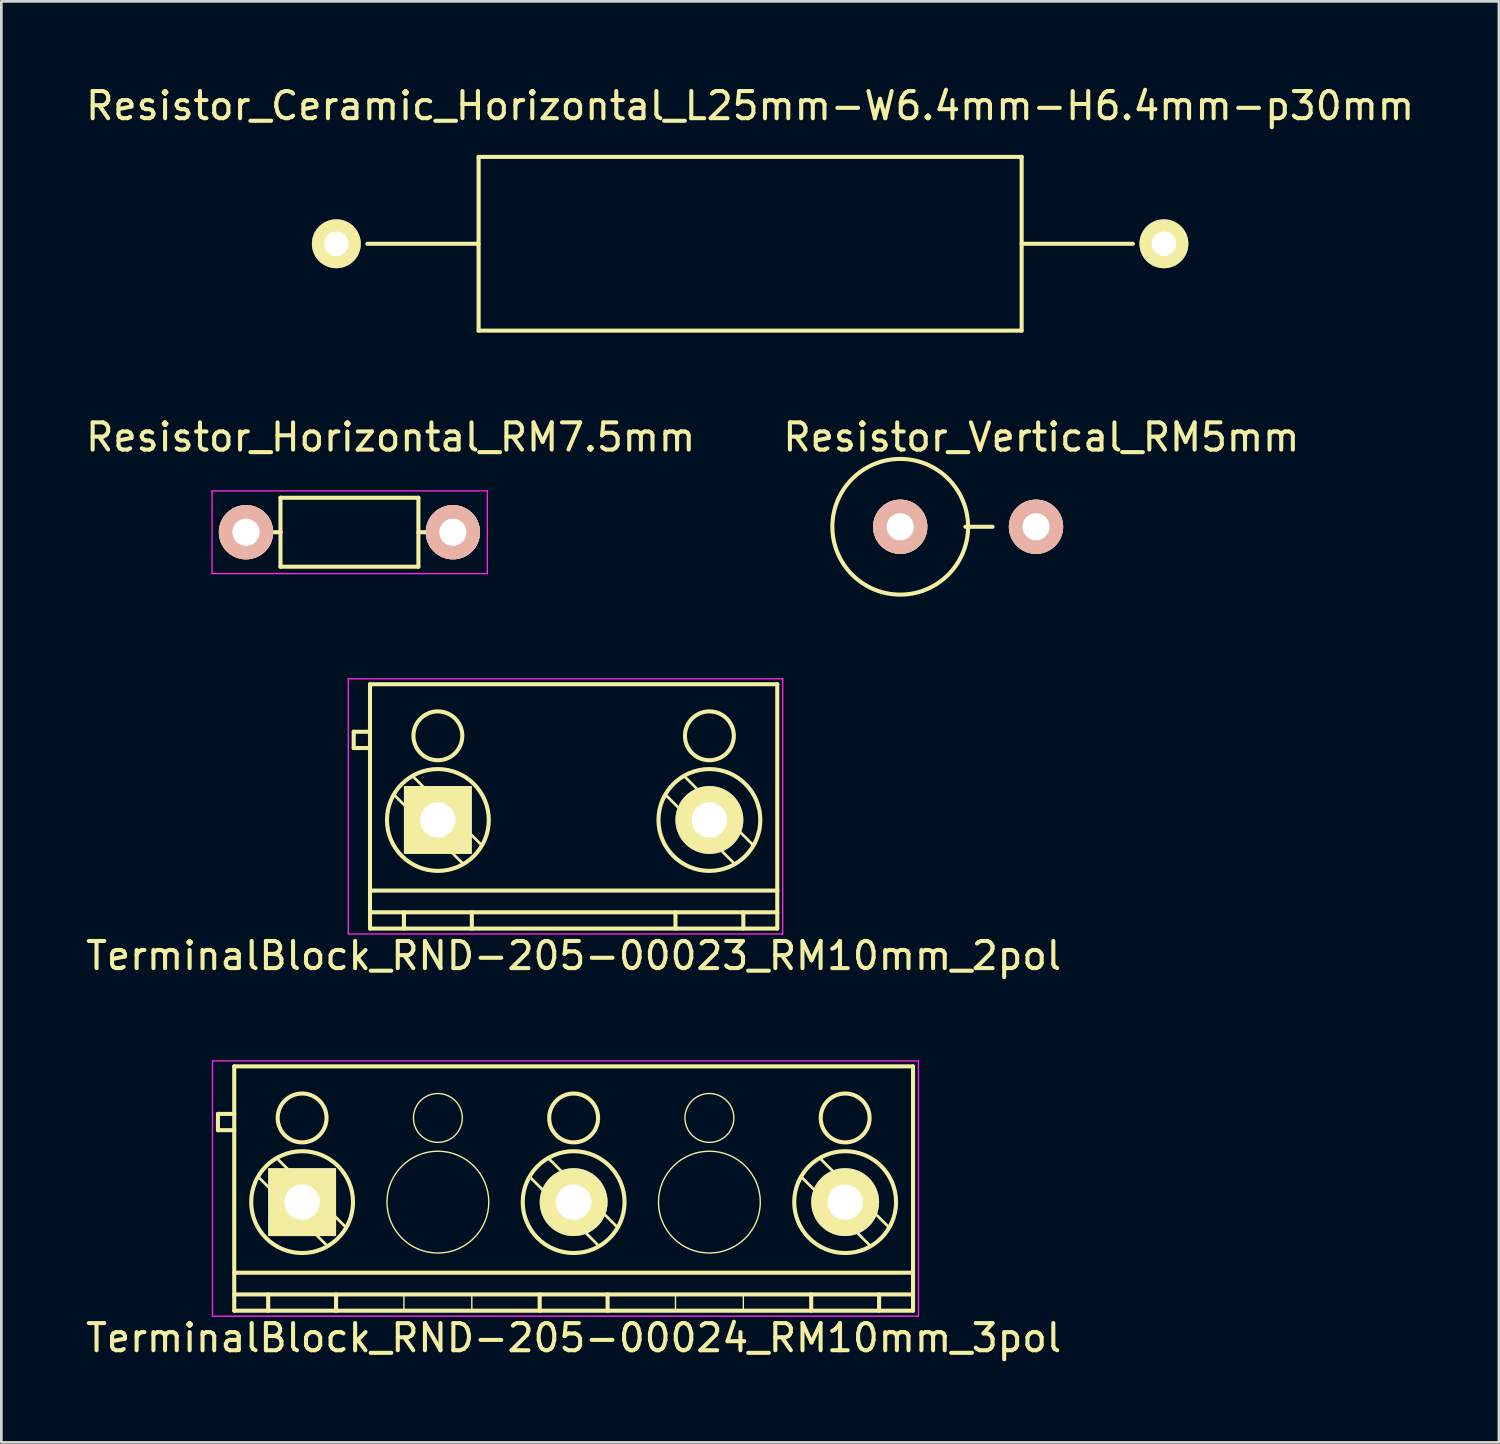
<source format=kicad_pcb>
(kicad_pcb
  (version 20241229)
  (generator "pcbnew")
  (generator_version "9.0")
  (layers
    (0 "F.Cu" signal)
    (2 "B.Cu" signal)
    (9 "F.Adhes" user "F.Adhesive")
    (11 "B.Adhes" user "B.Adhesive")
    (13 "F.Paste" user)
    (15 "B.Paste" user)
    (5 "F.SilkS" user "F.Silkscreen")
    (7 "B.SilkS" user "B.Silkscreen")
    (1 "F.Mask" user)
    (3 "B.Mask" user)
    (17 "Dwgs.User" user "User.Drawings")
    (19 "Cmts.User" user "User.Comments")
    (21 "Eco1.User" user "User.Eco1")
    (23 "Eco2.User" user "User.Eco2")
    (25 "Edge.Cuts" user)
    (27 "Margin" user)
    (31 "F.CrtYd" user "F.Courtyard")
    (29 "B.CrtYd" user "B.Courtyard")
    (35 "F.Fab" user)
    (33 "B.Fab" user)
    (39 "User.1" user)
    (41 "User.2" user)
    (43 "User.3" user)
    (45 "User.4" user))
  (footprint "Resistor_Vertical_RM5mm"
    (layer "F.Cu")
    (at 32.604 16.351)
    (property "Reference" "Resistor_Vertical_RM5mm" (at 2.7 -3.299 0) (layer "F.SilkS") (effects (font (size 1 1) (thickness 0.15))))
    (attr through_hole)
    (fp_line (start -0.099 0) (end 0.902 0) (stroke (width 0.15) (type solid)) (layer "F.SilkS"))
    (fp_circle (center -2.499 0) (end 0 0) (stroke (width 0.15) (type solid)) (fill no) (layer "F.SilkS"))
    (pad "1" thru_hole circle (at -2.499 0) (size 1.999 1.999) (drill 1.001) (layers "*.Cu" "*.SilkS" "*.Mask"))
    (pad "2" thru_hole circle (at 2.502 0) (size 1.999 1.999) (drill 1.001) (layers "*.Cu" "*.SilkS" "*.Mask")))
  (footprint "Resistor_Ceramic_Horizontal_L25mm-W6.4mm-H6.4mm-p30mm"
    (layer "F.Cu")
    (at 24.577 5.928)
    (property "Reference" "Resistor_Ceramic_Horizontal_L25mm-W6.4mm-H6.4mm-p30mm" (at 0 -5.08 0) (layer "F.SilkS") (effects (font (size 1 1) (thickness 0.15))))
    (attr through_hole)
    (fp_line (start -10 -3.2) (end -10 3.2) (stroke (width 0.15) (type solid)) (layer "F.SilkS"))
    (fp_line (start -10 0) (end -14.097 0) (stroke (width 0.15) (type solid)) (layer "F.SilkS"))
    (fp_line (start -10 3.2) (end 10 3.2) (stroke (width 0.15) (type solid)) (layer "F.SilkS"))
    (fp_line (start 10 -3.2) (end -10 -3.2) (stroke (width 0.15) (type solid)) (layer "F.SilkS"))
    (fp_line (start 10 0) (end 14.097 0) (stroke (width 0.15) (type solid)) (layer "F.SilkS"))
    (fp_line (start 10 3.2) (end 10 -3.2) (stroke (width 0.15) (type solid)) (layer "F.SilkS"))
    (pad "1" thru_hole circle (at -15.24 0 180) (size 1.8 1.8) (drill 0.9) (layers "*.Cu" "*.Mask" "F.SilkS"))
    (pad "2" thru_hole circle (at 15.24 0 180) (size 1.8 1.8) (drill 0.9) (layers "*.Cu" "*.Mask" "F.SilkS")))
  (footprint "Resistor_Horizontal_RM7.5mm"
    (layer "F.Cu")
    (at 6.01 16.552)
    (property "Reference" "Resistor_Horizontal_RM7.5mm" (at 5.329 -3.5 0) (layer "F.SilkS") (effects (font (size 1 1) (thickness 0.15))))
    (attr through_hole)
    (fp_line (start 1.27 -1.27) (end 6.35 -1.27) (stroke (width 0.15) (type solid)) (layer "F.SilkS"))
    (fp_line (start 1.27 0) (end 0 0) (stroke (width 0.15) (type solid)) (layer "F.SilkS"))
    (fp_line (start 1.27 0) (end 1.27 -1.27) (stroke (width 0.15) (type solid)) (layer "F.SilkS"))
    (fp_line (start 1.27 1.27) (end 1.27 0) (stroke (width 0.15) (type solid)) (layer "F.SilkS"))
    (fp_line (start 6.35 -1.27) (end 6.35 1.27) (stroke (width 0.15) (type solid)) (layer "F.SilkS"))
    (fp_line (start 6.35 0) (end 7.62 0) (stroke (width 0.15) (type solid)) (layer "F.SilkS"))
    (fp_line (start 6.35 1.27) (end 1.27 1.27) (stroke (width 0.15) (type solid)) (layer "F.SilkS"))
    (fp_line (start -1.27 -1.524) (end 8.89 -1.524) (stroke (width 0.05) (type solid)) (layer "F.CrtYd"))
    (fp_line (start -1.25 1.5) (end -1.25 -1.5) (stroke (width 0.05) (type solid)) (layer "F.CrtYd"))
    (fp_line (start 8.89 -1.524) (end 8.89 1.524) (stroke (width 0.05) (type solid)) (layer "F.CrtYd"))
    (fp_line (start 8.89 1.524) (end -1.27 1.524) (stroke (width 0.05) (type solid)) (layer "F.CrtYd"))
    (pad "1" thru_hole circle (at 0 0) (size 1.999 1.999) (drill 1.001) (layers "*.Cu" "*.SilkS" "*.Mask"))
    (pad "2" thru_hole circle (at 7.62 0) (size 1.999 1.999) (drill 1.001) (layers "*.Cu" "*.SilkS" "*.Mask")))
  (footprint "TerminalBlock_RND-205-00024_RM10mm_3pol"
    (layer "F.Cu")
    (at 8.077 41.224)
    (property "Reference" "TerminalBlock_RND-205-00024_RM10mm_3pol" (at 10 5 0) (layer "F.SilkS") (effects (font (size 1 1) (thickness 0.15))))
    (attr through_hole)
    (fp_line (start -3.1 -3.25) (end -3.1 -2.65) (stroke (width 0.15) (type solid)) (layer "F.SilkS"))
    (fp_line (start -3.1 -2.65) (end -2.5 -2.65) (stroke (width 0.15) (type solid)) (layer "F.SilkS"))
    (fp_line (start -2.5 -5) (end 22.5 -5) (stroke (width 0.15) (type solid)) (layer "F.SilkS"))
    (fp_line (start -2.5 -3.25) (end -3.1 -3.25) (stroke (width 0.15) (type solid)) (layer "F.SilkS"))
    (fp_line (start -2.5 2.6) (end 22.5 2.6) (stroke (width 0.15) (type solid)) (layer "F.SilkS"))
    (fp_line (start -2.5 3.4) (end 22.5 3.4) (stroke (width 0.15) (type solid)) (layer "F.SilkS"))
    (fp_line (start -2.5 4) (end -2.5 -5) (stroke (width 0.15) (type solid)) (layer "F.SilkS"))
    (fp_line (start -1.25 3.4) (end -1.25 4) (stroke (width 0.15) (type solid)) (layer "F.SilkS"))
    (fp_line (start 0.937 1.624) (end -1.624 -0.938) (stroke (width 0.1) (type solid)) (layer "F.SilkS"))
    (fp_line (start 1.25 3.4) (end 1.25 4) (stroke (width 0.15) (type solid)) (layer "F.SilkS"))
    (fp_line (start 1.624 0.938) (end -0.937 -1.624) (stroke (width 0.1) (type solid)) (layer "F.SilkS"))
    (fp_line (start 3.75 3.4) (end 3.75 4) (stroke (width 0.05) (type solid)) (layer "F.SilkS"))
    (fp_line (start 6.25 3.4) (end 6.25 4) (stroke (width 0.05) (type solid)) (layer "F.SilkS"))
    (fp_line (start 8.75 3.4) (end 8.75 4) (stroke (width 0.15) (type solid)) (layer "F.SilkS"))
    (fp_line (start 10.938 1.624) (end 8.376 -0.938) (stroke (width 0.1) (type solid)) (layer "F.SilkS"))
    (fp_line (start 11.25 3.4) (end 11.25 4) (stroke (width 0.15) (type solid)) (layer "F.SilkS"))
    (fp_line (start 11.624 0.938) (end 9.063 -1.624) (stroke (width 0.1) (type solid)) (layer "F.SilkS"))
    (fp_line (start 13.75 3.4) (end 13.75 4) (stroke (width 0.05) (type solid)) (layer "F.SilkS"))
    (fp_line (start 16.25 3.4) (end 16.25 4) (stroke (width 0.05) (type solid)) (layer "F.SilkS"))
    (fp_line (start 18.75 3.4) (end 18.75 4) (stroke (width 0.15) (type solid)) (layer "F.SilkS"))
    (fp_line (start 20.938 1.624) (end 18.376 -0.938) (stroke (width 0.1) (type solid)) (layer "F.SilkS"))
    (fp_line (start 21.25 3.4) (end 21.25 4) (stroke (width 0.15) (type solid)) (layer "F.SilkS"))
    (fp_line (start 21.624 0.938) (end 19.063 -1.624) (stroke (width 0.1) (type solid)) (layer "F.SilkS"))
    (fp_line (start 22.5 -5) (end 22.5 4) (stroke (width 0.15) (type solid)) (layer "F.SilkS"))
    (fp_line (start 22.5 4) (end -2.5 4) (stroke (width 0.15) (type solid)) (layer "F.SilkS"))
    (fp_circle (center 0 -3.1) (end -0.9 -3.1) (stroke (width 0.15) (type solid)) (fill no) (layer "F.SilkS"))
    (fp_circle (center 0 0) (end -1.875 0) (stroke (width 0.15) (type solid)) (fill no) (layer "F.SilkS"))
    (fp_circle (center 5 -3.1) (end 4.1 -3.1) (stroke (width 0.05) (type solid)) (fill no) (layer "F.SilkS"))
    (fp_circle (center 5 0) (end 3.125 0) (stroke (width 0.05) (type solid)) (fill no) (layer "F.SilkS"))
    (fp_circle (center 10 -3.1) (end 9.1 -3.1) (stroke (width 0.15) (type solid)) (fill no) (layer "F.SilkS"))
    (fp_circle (center 10 0) (end 8.125 0) (stroke (width 0.15) (type solid)) (fill no) (layer "F.SilkS"))
    (fp_circle (center 15 -3.1) (end 14.1 -3.1) (stroke (width 0.05) (type solid)) (fill no) (layer "F.SilkS"))
    (fp_circle (center 15 0) (end 13.125 0) (stroke (width 0.05) (type solid)) (fill no) (layer "F.SilkS"))
    (fp_circle (center 20 -3.1) (end 19.1 -3.1) (stroke (width 0.15) (type solid)) (fill no) (layer "F.SilkS"))
    (fp_circle (center 20 0) (end 18.125 0) (stroke (width 0.15) (type solid)) (fill no) (layer "F.SilkS"))
    (fp_line (start -3.3 -5.2) (end 22.7 -5.2) (stroke (width 0.05) (type solid)) (layer "F.CrtYd"))
    (fp_line (start -3.3 4.2) (end -3.3 -5.2) (stroke (width 0.05) (type solid)) (layer "F.CrtYd"))
    (fp_line (start 22.7 -5.2) (end 22.7 4.2) (stroke (width 0.05) (type solid)) (layer "F.CrtYd"))
    (fp_line (start 22.7 4.2) (end -3.3 4.2) (stroke (width 0.05) (type solid)) (layer "F.CrtYd"))
    (pad "1" thru_hole rect (at 0 0) (size 2.5 2.5) (drill 1.3) (layers "*.Cu" "*.Mask" "F.SilkS"))
    (pad "2" thru_hole circle (at 10 0) (size 2.5 2.5) (drill 1.3) (layers "*.Cu" "*.Mask" "F.SilkS"))
    (pad "3" thru_hole circle (at 20 0) (size 2.5 2.5) (drill 1.3) (layers "*.Cu" "*.Mask" "F.SilkS")))
  (footprint "TerminalBlock_RND-205-00023_RM10mm_2pol"
    (layer "F.Cu")
    (at 13.077 27.15)
    (property "Reference" "TerminalBlock_RND-205-00023_RM10mm_2pol" (at 5 5 0) (layer "F.SilkS") (effects (font (size 1 1) (thickness 0.15))))
    (attr through_hole)
    (fp_line (start -3.1 -3.25) (end -3.1 -2.65) (stroke (width 0.15) (type solid)) (layer "F.SilkS"))
    (fp_line (start -3.1 -2.65) (end -2.5 -2.65) (stroke (width 0.15) (type solid)) (layer "F.SilkS"))
    (fp_line (start -2.5 -5) (end 12.5 -5) (stroke (width 0.15) (type solid)) (layer "F.SilkS"))
    (fp_line (start -2.5 -3.25) (end -3.1 -3.25) (stroke (width 0.15) (type solid)) (layer "F.SilkS"))
    (fp_line (start -2.5 2.6) (end 12.5 2.6) (stroke (width 0.15) (type solid)) (layer "F.SilkS"))
    (fp_line (start -2.5 3.4) (end 12.5 3.4) (stroke (width 0.15) (type solid)) (layer "F.SilkS"))
    (fp_line (start -2.5 4) (end -2.5 -5) (stroke (width 0.15) (type solid)) (layer "F.SilkS"))
    (fp_line (start -1.25 3.4) (end -1.25 4) (stroke (width 0.15) (type solid)) (layer "F.SilkS"))
    (fp_line (start 0.937 1.624) (end -1.624 -0.938) (stroke (width 0.1) (type solid)) (layer "F.SilkS"))
    (fp_line (start 1.25 3.4) (end 1.25 4) (stroke (width 0.15) (type solid)) (layer "F.SilkS"))
    (fp_line (start 1.624 0.938) (end -0.937 -1.624) (stroke (width 0.1) (type solid)) (layer "F.SilkS"))
    (fp_line (start 8.75 3.4) (end 8.75 4) (stroke (width 0.15) (type solid)) (layer "F.SilkS"))
    (fp_line (start 10.938 1.624) (end 8.376 -0.938) (stroke (width 0.1) (type solid)) (layer "F.SilkS"))
    (fp_line (start 11.25 3.4) (end 11.25 4) (stroke (width 0.15) (type solid)) (layer "F.SilkS"))
    (fp_line (start 11.624 0.938) (end 9.063 -1.624) (stroke (width 0.1) (type solid)) (layer "F.SilkS"))
    (fp_line (start 12.5 -5) (end 12.5 4) (stroke (width 0.15) (type solid)) (layer "F.SilkS"))
    (fp_line (start 12.5 4) (end -2.5 4) (stroke (width 0.15) (type solid)) (layer "F.SilkS"))
    (fp_circle (center 0 -3.1) (end -0.9 -3.1) (stroke (width 0.15) (type solid)) (fill no) (layer "F.SilkS"))
    (fp_circle (center 0 0) (end -1.875 0) (stroke (width 0.15) (type solid)) (fill no) (layer "F.SilkS"))
    (fp_circle (center 10 -3.1) (end 9.1 -3.1) (stroke (width 0.15) (type solid)) (fill no) (layer "F.SilkS"))
    (fp_circle (center 10 0) (end 8.125 0) (stroke (width 0.15) (type solid)) (fill no) (layer "F.SilkS"))
    (fp_line (start -3.3 -5.2) (end 12.7 -5.2) (stroke (width 0.05) (type solid)) (layer "F.CrtYd"))
    (fp_line (start -3.3 4.2) (end -3.3 -5.2) (stroke (width 0.05) (type solid)) (layer "F.CrtYd"))
    (fp_line (start 12.7 -5.2) (end 12.7 4.2) (stroke (width 0.05) (type solid)) (layer "F.CrtYd"))
    (fp_line (start 12.7 4.2) (end -3.3 4.2) (stroke (width 0.05) (type solid)) (layer "F.CrtYd"))
    (pad "1" thru_hole rect (at 0 0) (size 2.5 2.5) (drill 1.3) (layers "*.Cu" "*.Mask" "F.SilkS"))
    (pad "2" thru_hole circle (at 10 0) (size 2.5 2.5) (drill 1.3) (layers "*.Cu" "*.Mask" "F.SilkS")))
  (gr_rect
    (start -3 -3)
    (end 52.155 50.072)
    (stroke (width 0.1) (type default))
    (fill no)
    (layer "Edge.Cuts")))
</source>
